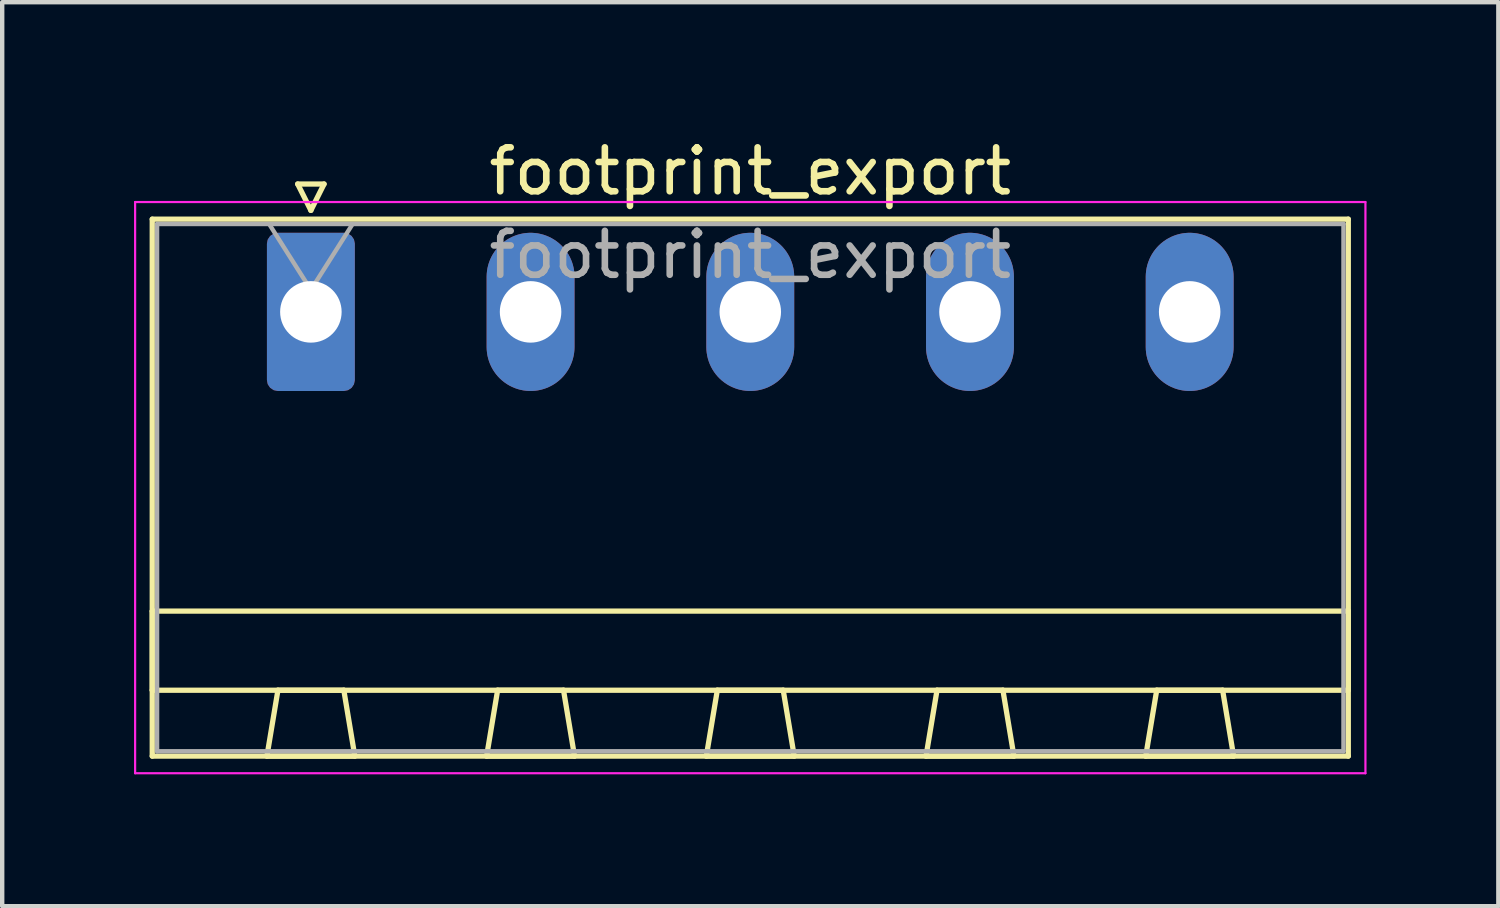
<source format=kicad_pcb>
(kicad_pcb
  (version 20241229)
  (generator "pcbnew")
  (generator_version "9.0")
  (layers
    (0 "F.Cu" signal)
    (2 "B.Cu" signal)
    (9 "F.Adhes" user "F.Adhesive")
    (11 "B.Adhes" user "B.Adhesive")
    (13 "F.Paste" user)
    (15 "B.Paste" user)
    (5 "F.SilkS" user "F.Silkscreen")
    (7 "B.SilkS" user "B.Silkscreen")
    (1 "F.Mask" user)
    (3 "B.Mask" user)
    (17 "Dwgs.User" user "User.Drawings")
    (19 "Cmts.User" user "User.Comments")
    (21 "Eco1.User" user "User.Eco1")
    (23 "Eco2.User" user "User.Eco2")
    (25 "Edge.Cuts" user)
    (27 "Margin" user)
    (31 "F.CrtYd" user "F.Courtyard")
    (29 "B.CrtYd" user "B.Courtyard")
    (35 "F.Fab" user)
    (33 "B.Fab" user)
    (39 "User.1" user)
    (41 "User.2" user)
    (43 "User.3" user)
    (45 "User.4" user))
  (footprint "footprint_export"
    (layer "F.Cu")
    (at 4.025 4.048)
    (property "Reference" "footprint_export" (at 10 -3.2 0) (layer "F.SilkS") (effects (font (size 1 1) (thickness 0.15))))
    (attr through_hole)
    (fp_line (start -3.61 -2.11) (end -3.61 10.11) (stroke (width 0.12) (type solid)) (layer "F.SilkS"))
    (fp_line (start -3.61 6.81) (end 23.61 6.81) (stroke (width 0.12) (type solid)) (layer "F.SilkS"))
    (fp_line (start -3.61 8.61) (end -3.61 6.81) (stroke (width 0.12) (type solid)) (layer "F.SilkS"))
    (fp_line (start -3.61 10.11) (end 23.61 10.11) (stroke (width 0.12) (type solid)) (layer "F.SilkS"))
    (fp_line (start -1 10.11) (end 1 10.11) (stroke (width 0.12) (type solid)) (layer "F.SilkS"))
    (fp_line (start -0.75 8.61) (end -1 10.11) (stroke (width 0.12) (type solid)) (layer "F.SilkS"))
    (fp_line (start -0.3 -2.91) (end 0.3 -2.91) (stroke (width 0.12) (type solid)) (layer "F.SilkS"))
    (fp_line (start 0 -2.31) (end -0.3 -2.91) (stroke (width 0.12) (type solid)) (layer "F.SilkS"))
    (fp_line (start 0.3 -2.91) (end 0 -2.31) (stroke (width 0.12) (type solid)) (layer "F.SilkS"))
    (fp_line (start 0.75 8.61) (end -0.75 8.61) (stroke (width 0.12) (type solid)) (layer "F.SilkS"))
    (fp_line (start 1 10.11) (end 0.75 8.61) (stroke (width 0.12) (type solid)) (layer "F.SilkS"))
    (fp_line (start 4 10.11) (end 6 10.11) (stroke (width 0.12) (type solid)) (layer "F.SilkS"))
    (fp_line (start 4.25 8.61) (end 4 10.11) (stroke (width 0.12) (type solid)) (layer "F.SilkS"))
    (fp_line (start 5.75 8.61) (end 4.25 8.61) (stroke (width 0.12) (type solid)) (layer "F.SilkS"))
    (fp_line (start 6 10.11) (end 5.75 8.61) (stroke (width 0.12) (type solid)) (layer "F.SilkS"))
    (fp_line (start 9 10.11) (end 11 10.11) (stroke (width 0.12) (type solid)) (layer "F.SilkS"))
    (fp_line (start 9.25 8.61) (end 9 10.11) (stroke (width 0.12) (type solid)) (layer "F.SilkS"))
    (fp_line (start 10.75 8.61) (end 9.25 8.61) (stroke (width 0.12) (type solid)) (layer "F.SilkS"))
    (fp_line (start 11 10.11) (end 10.75 8.61) (stroke (width 0.12) (type solid)) (layer "F.SilkS"))
    (fp_line (start 14 10.11) (end 16 10.11) (stroke (width 0.12) (type solid)) (layer "F.SilkS"))
    (fp_line (start 14.25 8.61) (end 14 10.11) (stroke (width 0.12) (type solid)) (layer "F.SilkS"))
    (fp_line (start 15.75 8.61) (end 14.25 8.61) (stroke (width 0.12) (type solid)) (layer "F.SilkS"))
    (fp_line (start 16 10.11) (end 15.75 8.61) (stroke (width 0.12) (type solid)) (layer "F.SilkS"))
    (fp_line (start 19 10.11) (end 21 10.11) (stroke (width 0.12) (type solid)) (layer "F.SilkS"))
    (fp_line (start 19.25 8.61) (end 19 10.11) (stroke (width 0.12) (type solid)) (layer "F.SilkS"))
    (fp_line (start 20.75 8.61) (end 19.25 8.61) (stroke (width 0.12) (type solid)) (layer "F.SilkS"))
    (fp_line (start 21 10.11) (end 20.75 8.61) (stroke (width 0.12) (type solid)) (layer "F.SilkS"))
    (fp_line (start 23.61 -2.11) (end -3.61 -2.11) (stroke (width 0.12) (type solid)) (layer "F.SilkS"))
    (fp_line (start 23.61 6.81) (end 23.61 8.61) (stroke (width 0.12) (type solid)) (layer "F.SilkS"))
    (fp_line (start 23.61 8.61) (end -3.61 8.61) (stroke (width 0.12) (type solid)) (layer "F.SilkS"))
    (fp_line (start 23.61 10.11) (end 23.61 -2.11) (stroke (width 0.12) (type solid)) (layer "F.SilkS"))
    (fp_line (start -4 -2.5) (end -4 10.5) (stroke (width 0.05) (type solid)) (layer "F.CrtYd"))
    (fp_line (start -4 10.5) (end 24 10.5) (stroke (width 0.05) (type solid)) (layer "F.CrtYd"))
    (fp_line (start 24 -2.5) (end -4 -2.5) (stroke (width 0.05) (type solid)) (layer "F.CrtYd"))
    (fp_line (start 24 10.5) (end 24 -2.5) (stroke (width 0.05) (type solid)) (layer "F.CrtYd"))
    (fp_line (start -3.5 -2) (end -3.5 10) (stroke (width 0.1) (type solid)) (layer "F.Fab"))
    (fp_line (start -3.5 10) (end 23.5 10) (stroke (width 0.1) (type solid)) (layer "F.Fab"))
    (fp_line (start 0 -0.5) (end -0.95 -2) (stroke (width 0.1) (type solid)) (layer "F.Fab"))
    (fp_line (start 0.95 -2) (end 0 -0.5) (stroke (width 0.1) (type solid)) (layer "F.Fab"))
    (fp_line (start 23.5 -2) (end -3.5 -2) (stroke (width 0.1) (type solid)) (layer "F.Fab"))
    (fp_line (start 23.5 10) (end 23.5 -2) (stroke (width 0.1) (type solid)) (layer "F.Fab"))
    (fp_text user "${REFERENCE}" (at 10 -1.3 0) (layer "F.Fab") (effects (font (size 1 1) (thickness 0.15))))
    (pad "1" thru_hole roundrect (at 0 0) (size 2 3.6) (drill 1.4) (layers "*.Cu" "*.Mask") (roundrect_rratio 0.125))
    (pad "2" thru_hole oval (at 5 0) (size 2 3.6) (drill 1.4) (layers "*.Cu" "*.Mask"))
    (pad "3" thru_hole oval (at 10 0) (size 2 3.6) (drill 1.4) (layers "*.Cu" "*.Mask"))
    (pad "4" thru_hole oval (at 15 0) (size 2 3.6) (drill 1.4) (layers "*.Cu" "*.Mask"))
    (pad "5" thru_hole oval (at 20 0) (size 2 3.6) (drill 1.4) (layers "*.Cu" "*.Mask")))
  (gr_rect
    (start -3 -3)
    (end 31.05 17.573)
    (stroke (width 0.1) (type default))
    (fill no)
    (layer "Edge.Cuts")))
</source>
